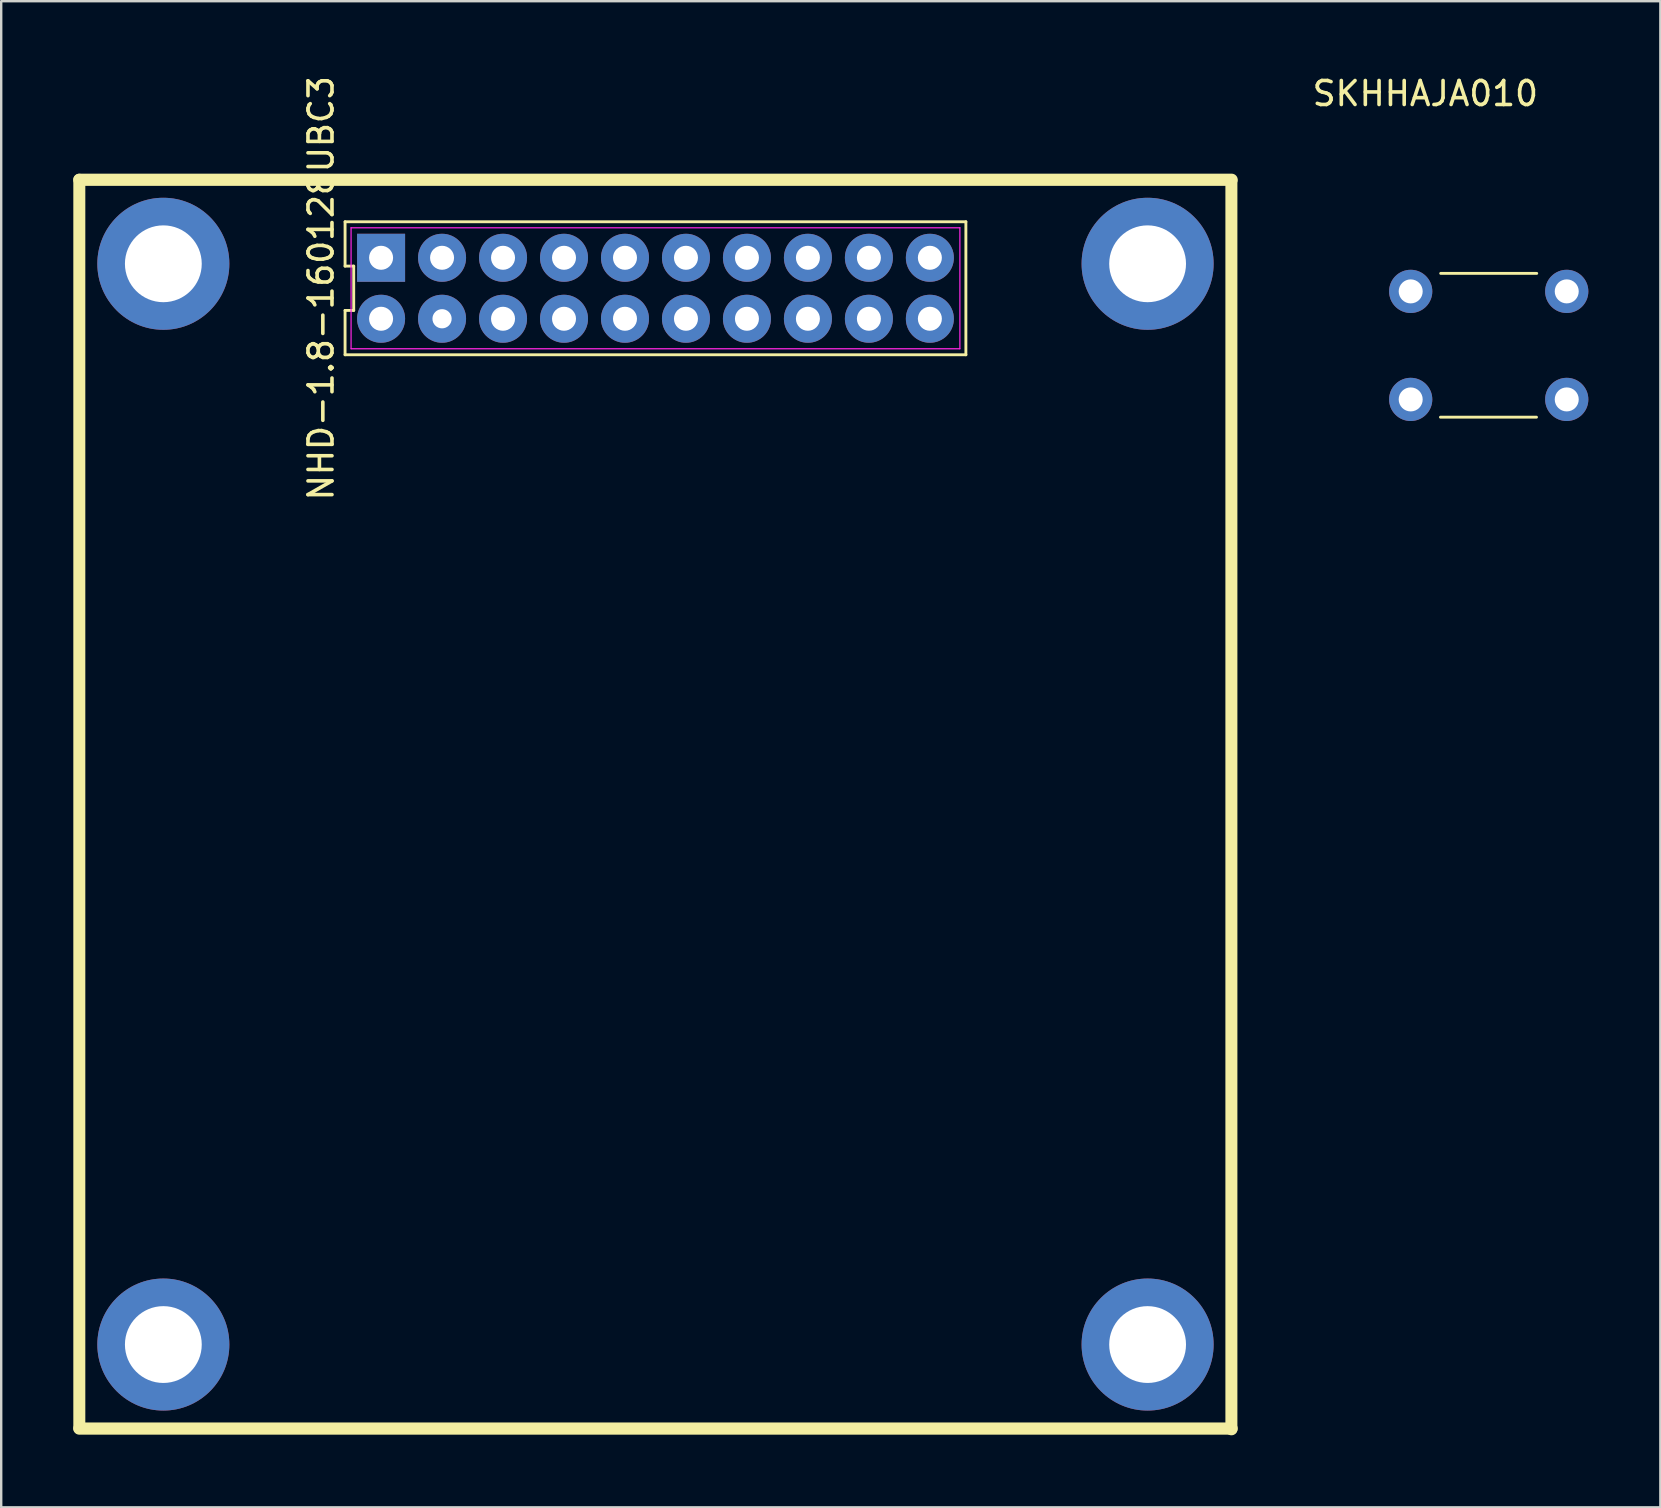
<source format=kicad_pcb>
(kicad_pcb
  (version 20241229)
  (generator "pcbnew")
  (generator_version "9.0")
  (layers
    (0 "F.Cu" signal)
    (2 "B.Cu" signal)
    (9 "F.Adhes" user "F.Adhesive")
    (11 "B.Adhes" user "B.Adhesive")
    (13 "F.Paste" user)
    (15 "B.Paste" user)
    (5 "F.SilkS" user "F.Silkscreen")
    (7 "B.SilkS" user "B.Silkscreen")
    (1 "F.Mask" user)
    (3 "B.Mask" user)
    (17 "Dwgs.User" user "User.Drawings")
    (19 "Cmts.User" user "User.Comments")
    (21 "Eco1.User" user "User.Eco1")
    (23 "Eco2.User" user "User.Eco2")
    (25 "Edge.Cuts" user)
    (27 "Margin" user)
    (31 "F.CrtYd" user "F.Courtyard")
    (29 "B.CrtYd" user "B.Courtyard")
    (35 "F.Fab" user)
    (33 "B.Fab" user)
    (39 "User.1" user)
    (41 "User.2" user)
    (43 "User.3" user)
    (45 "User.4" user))
  (footprint "NHD-1.8-160128UBC3"
    (layer "F.Cu")
    (at 24.254 8.958)
    (property "Reference" "NHD-1.8-160128UBC3" (at -13.93 0 90) (layer "F.SilkS") (effects (font (size 1 1) (thickness 0.15))))
    (fp_line (start -24 -4.52) (end -24 47.48) (stroke (width 0.5) (type solid)) (layer "F.SilkS"))
    (fp_line (start -24 -4.52) (end 24 -4.52) (stroke (width 0.508) (type solid)) (layer "F.SilkS"))
    (fp_line (start -24 47.5) (end 24 47.5) (stroke (width 0.508) (type solid)) (layer "F.SilkS"))
    (fp_line (start -12.93 -2.77) (end -12.93 -0.923) (stroke (width 0.12) (type solid)) (layer "F.SilkS"))
    (fp_line (start -12.93 -0.923) (end -12.57 -0.923) (stroke (width 0.12) (type solid)) (layer "F.SilkS"))
    (fp_line (start -12.93 0.923) (end -12.93 2.77) (stroke (width 0.12) (type solid)) (layer "F.SilkS"))
    (fp_line (start -12.93 2.77) (end 12.93 2.77) (stroke (width 0.12) (type solid)) (layer "F.SilkS"))
    (fp_line (start -12.57 -0.923) (end -12.57 0.923) (stroke (width 0.12) (type solid)) (layer "F.SilkS"))
    (fp_line (start -12.57 0.923) (end -12.93 0.923) (stroke (width 0.12) (type solid)) (layer "F.SilkS"))
    (fp_line (start 12.93 -2.77) (end -12.93 -2.77) (stroke (width 0.12) (type solid)) (layer "F.SilkS"))
    (fp_line (start 12.93 2.77) (end 12.93 -2.77) (stroke (width 0.12) (type solid)) (layer "F.SilkS"))
    (fp_line (start 23.99 -4.47) (end 23.99 47.53) (stroke (width 0.5) (type solid)) (layer "F.SilkS"))
    (fp_line (start -12.68 -2.52) (end 12.68 -2.52) (stroke (width 0.05) (type solid)) (layer "F.CrtYd"))
    (fp_line (start -12.68 2.52) (end -12.68 -2.52) (stroke (width 0.05) (type solid)) (layer "F.CrtYd"))
    (fp_line (start 12.68 -2.52) (end 12.68 2.52) (stroke (width 0.05) (type solid)) (layer "F.CrtYd"))
    (fp_line (start 12.68 2.52) (end -12.68 2.52) (stroke (width 0.05) (type solid)) (layer "F.CrtYd"))
    (pad "0" thru_hole circle (at -20.5 -1.02) (size 5.5 5.5) (drill 3.2) (layers "*.Cu" "*.Mask"))
    (pad "0" thru_hole circle (at -20.5 44) (size 5.5 5.5) (drill 3.2) (layers "*.Cu" "*.Mask"))
    (pad "0" thru_hole circle (at 20.5 -1.02) (size 5.5 5.5) (drill 3.2) (layers "*.Cu" "*.Mask"))
    (pad "0" thru_hole circle (at 20.5 44) (size 5.5 5.5) (drill 3.2) (layers "*.Cu" "*.Mask"))
    (pad "1" thru_hole rect (at -11.43 -1.27) (size 2 2) (drill 1) (layers "*.Cu" "*.Mask"))
    (pad "2" thru_hole circle (at -11.43 1.27) (size 2 2) (drill 1) (layers "*.Cu" "*.Mask"))
    (pad "3" thru_hole circle (at -8.89 -1.27) (size 2 2) (drill 1) (layers "*.Cu" "*.Mask"))
    (pad "4" thru_hole circle (at -8.89 1.27) (size 2 2) (drill 0.8) (layers "*.Cu" "*.Mask"))
    (pad "5" thru_hole circle (at -6.35 -1.27) (size 2 2) (drill 1) (layers "*.Cu" "*.Mask"))
    (pad "6" thru_hole circle (at -6.35 1.27) (size 2 2) (drill 1) (layers "*.Cu" "*.Mask"))
    (pad "7" thru_hole circle (at -3.81 -1.27) (size 2 2) (drill 1) (layers "*.Cu" "*.Mask"))
    (pad "8" thru_hole circle (at -3.81 1.27) (size 2 2) (drill 1) (layers "*.Cu" "*.Mask"))
    (pad "9" thru_hole circle (at -1.27 -1.27) (size 2 2) (drill 1) (layers "*.Cu" "*.Mask"))
    (pad "10" thru_hole circle (at -1.27 1.27) (size 2 2) (drill 1) (layers "*.Cu" "*.Mask"))
    (pad "11" thru_hole circle (at 1.27 -1.27) (size 2 2) (drill 1) (layers "*.Cu" "*.Mask"))
    (pad "12" thru_hole circle (at 1.27 1.27) (size 2 2) (drill 1) (layers "*.Cu" "*.Mask"))
    (pad "13" thru_hole circle (at 3.81 -1.27) (size 2 2) (drill 1) (layers "*.Cu" "*.Mask"))
    (pad "14" thru_hole circle (at 3.81 1.27) (size 2 2) (drill 1) (layers "*.Cu" "*.Mask"))
    (pad "15" thru_hole circle (at 6.35 -1.27) (size 2 2) (drill 1) (layers "*.Cu" "*.Mask"))
    (pad "16" thru_hole circle (at 6.35 1.27) (size 2 2) (drill 1) (layers "*.Cu" "*.Mask"))
    (pad "17" thru_hole circle (at 8.89 -1.27) (size 2 2) (drill 1) (layers "*.Cu" "*.Mask"))
    (pad "18" thru_hole circle (at 8.89 1.27) (size 2 2) (drill 1) (layers "*.Cu" "*.Mask"))
    (pad "19" thru_hole circle (at 11.43 -1.27) (size 2 2) (drill 1) (layers "*.Cu" "*.Mask"))
    (pad "20" thru_hole circle (at 11.43 1.27) (size 2 2) (drill 1) (layers "*.Cu" "*.Mask")))
  (footprint "SKHHAJA010"
    (layer "F.Cu")
    (at 58.963 11.338)
    (property "Reference" "SKHHAJA010" (at -2.64 -10.49 0) (unlocked yes) (layer "F.SilkS") (effects (font (size 1 1) (thickness 0.15))))
    (attr smd)
    (fp_line (start -2.01 2.99) (end 1.99 2.99) (stroke (width 0.12) (type solid)) (layer "F.SilkS"))
    (fp_line (start -2 -3) (end 2 -3) (stroke (width 0.12) (type solid)) (layer "F.SilkS"))
    (pad "1" thru_hole circle (at -3.25 -2.25) (size 1.8 1.8) (drill 1) (layers "*.Cu" "*.Mask"))
    (pad "2" thru_hole circle (at 3.25 -2.25) (size 1.8 1.8) (drill 1) (layers "*.Cu" "*.Mask"))
    (pad "3" thru_hole circle (at -3.25 2.25) (size 1.8 1.8) (drill 1) (layers "*.Cu" "*.Mask"))
    (pad "4" thru_hole circle (at 3.25 2.25) (size 1.8 1.8) (drill 1) (layers "*.Cu" "*.Mask")))
  (gr_rect
    (start -3 -3)
    (end 66.113 59.738)
    (stroke (width 0.1) (type default))
    (fill no)
    (layer "Edge.Cuts")))
</source>
